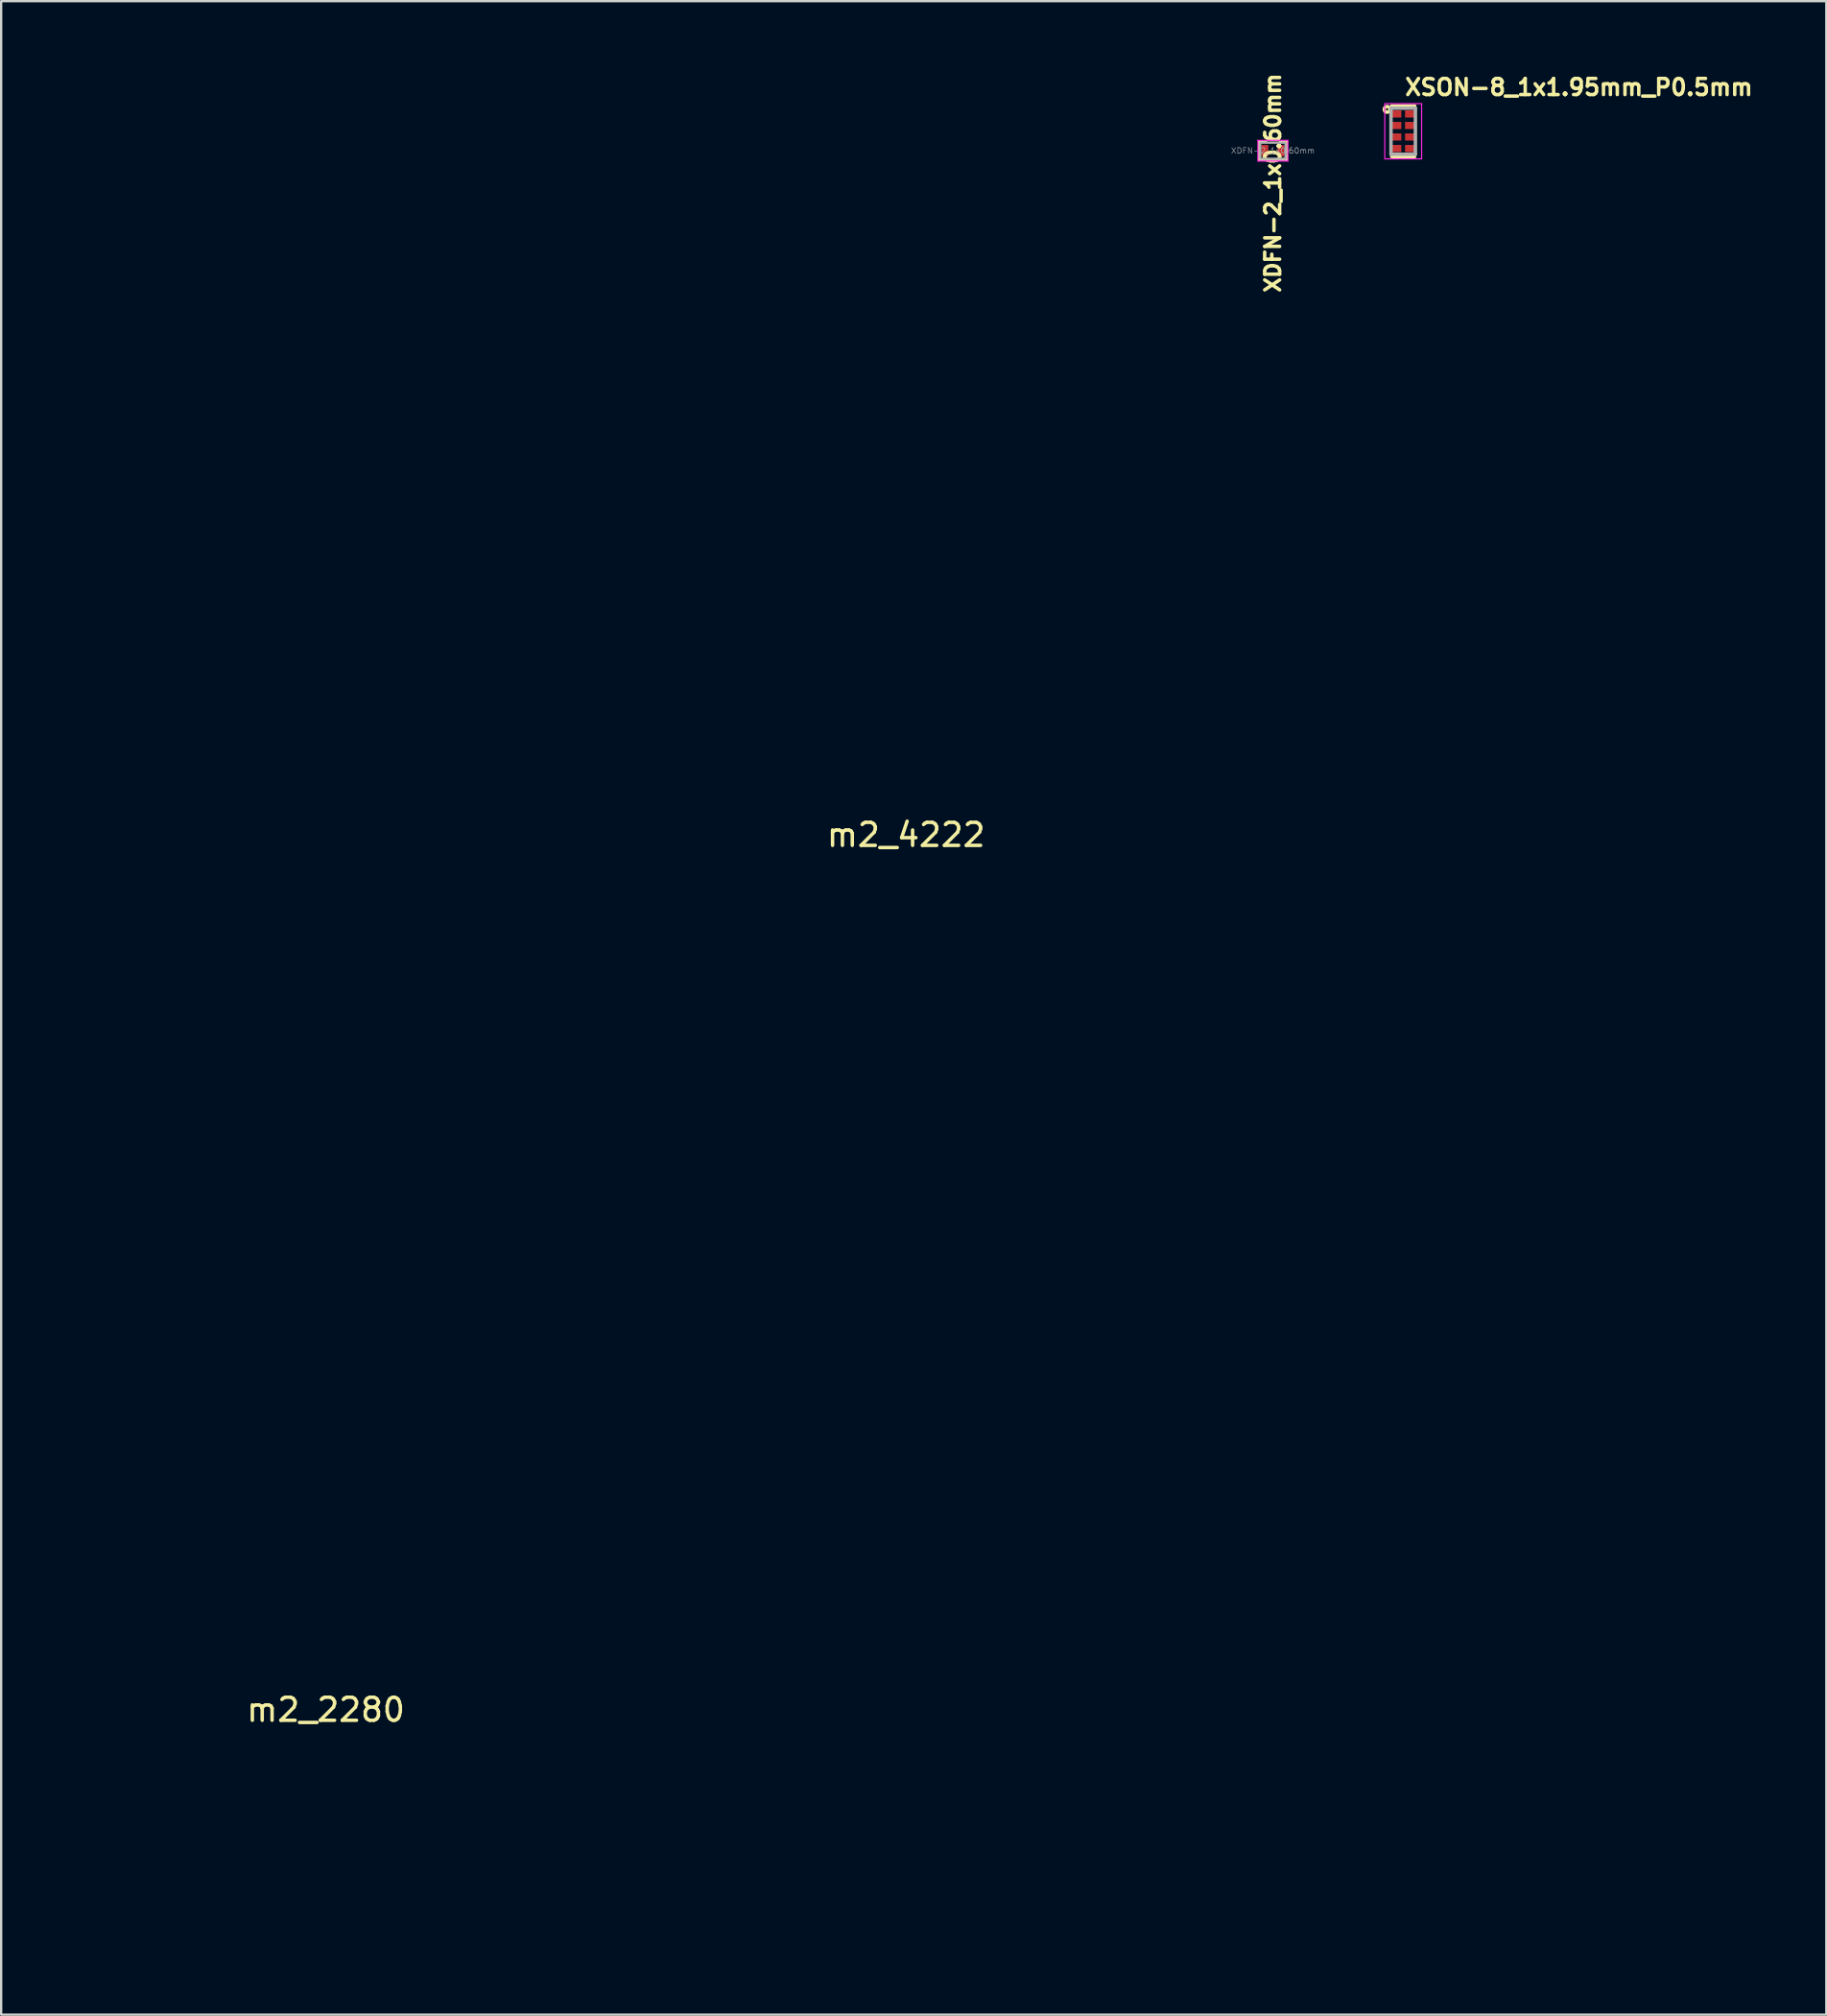
<source format=kicad_pcb>
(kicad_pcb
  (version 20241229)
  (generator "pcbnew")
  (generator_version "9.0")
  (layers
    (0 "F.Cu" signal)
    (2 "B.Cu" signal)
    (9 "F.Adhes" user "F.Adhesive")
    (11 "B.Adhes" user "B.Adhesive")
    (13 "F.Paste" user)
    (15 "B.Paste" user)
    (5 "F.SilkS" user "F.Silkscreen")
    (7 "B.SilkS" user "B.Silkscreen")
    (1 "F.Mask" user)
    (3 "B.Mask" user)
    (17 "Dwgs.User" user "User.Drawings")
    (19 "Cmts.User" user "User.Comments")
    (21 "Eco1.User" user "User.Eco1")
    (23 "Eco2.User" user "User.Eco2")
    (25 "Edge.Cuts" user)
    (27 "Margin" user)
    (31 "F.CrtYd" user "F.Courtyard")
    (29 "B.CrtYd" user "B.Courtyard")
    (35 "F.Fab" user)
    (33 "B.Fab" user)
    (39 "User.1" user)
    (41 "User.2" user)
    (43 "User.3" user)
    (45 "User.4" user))
  (footprint "XSON-8_1x1.95mm_P0.5mm"
    (layer "F.Cu")
    (at 57.893 2.65)
    (property "Reference" "XSON-8_1x1.95mm_P0.5mm" (at 0 -1.5 0) (layer "F.SilkS") (effects (font (size 0.7 0.7) (thickness 0.15)) (justify left bottom)))
    (attr smd)
    (fp_line (start -0.5 -1.1) (end 0.5 -1.1) (stroke (width 0.15) (type solid)) (layer "F.SilkS"))
    (fp_line (start 0.5 1.1) (end -0.5 1.1) (stroke (width 0.15) (type solid)) (layer "F.SilkS"))
    (fp_circle (center -0.7 -0.95) (end -0.651 -0.95) (stroke (width 0.15) (type solid)) (fill no) (layer "F.SilkS"))
    (fp_rect (start -0.8 -1.2) (end 0.8 1.2) (stroke (width 0.05) (type solid)) (fill no) (layer "F.CrtYd"))
    (fp_line (start -0.53 -1.001) (end 0.53 -1.001) (stroke (width 0.15) (type solid)) (layer "F.Fab"))
    (fp_line (start -0.53 1) (end -0.53 -1.001) (stroke (width 0.15) (type solid)) (layer "F.Fab"))
    (fp_line (start 0.53 -1.001) (end 0.53 1) (stroke (width 0.15) (type solid)) (layer "F.Fab"))
    (fp_line (start 0.53 1) (end -0.53 1) (stroke (width 0.15) (type solid)) (layer "F.Fab"))
    (fp_rect (start -0.527 -1) (end 0.524 0.998) (stroke (width 0.1) (type solid)) (fill no) (layer "User.5"))
    (fp_line (start -0.527 -1) (end -0.527 0.998) (stroke (width 0.02) (type solid)) (layer "User.9"))
    (fp_line (start -0.527 0.998) (end 0.524 0.998) (stroke (width 0.02) (type solid)) (layer "User.9"))
    (fp_line (start 0.524 -1) (end -0.527 -1) (stroke (width 0.02) (type solid)) (layer "User.9"))
    (fp_line (start 0.524 0.998) (end 0.524 -1) (stroke (width 0.02) (type solid)) (layer "User.9"))
    (pad "1" smd rect (at -0.33 -0.75) (size 0.5 0.31) (layers "F.Cu" "F.Mask" "F.Paste"))
    (pad "2" smd rect (at -0.33 -0.25) (size 0.5 0.31) (layers "F.Cu" "F.Mask" "F.Paste"))
    (pad "3" smd rect (at -0.33 0.25) (size 0.5 0.31) (layers "F.Cu" "F.Mask" "F.Paste"))
    (pad "4" smd rect (at -0.33 0.75) (size 0.5 0.31) (layers "F.Cu" "F.Mask" "F.Paste"))
    (pad "5" smd rect (at 0.33 0.75 180) (size 0.5 0.31) (layers "F.Cu" "F.Mask" "F.Paste"))
    (pad "6" smd rect (at 0.33 0.25 180) (size 0.5 0.31) (layers "F.Cu" "F.Mask" "F.Paste"))
    (pad "7" smd rect (at 0.33 -0.25 180) (size 0.5 0.31) (layers "F.Cu" "F.Mask" "F.Paste"))
    (pad "8" smd rect (at 0.33 -0.75 180) (size 0.5 0.31) (layers "F.Cu" "F.Mask" "F.Paste")))
  (footprint "m2_4222"
    (layer "F.Cu")
    (at 36.3 42.1)
    (property "Reference" "m2_4222" (at 0 -8.89 0) (layer "F.SilkS") (effects (font (size 1 1) (thickness 0.15))))
    (attr exclude_from_pos_files exclude_from_bom)
    (fp_line (start -11 -42) (end -11 0) (stroke (width 0.2) (type solid)) (layer "Eco1.User"))
    (fp_line (start -11 0) (end 11 0) (stroke (width 0.2) (type solid)) (layer "Eco1.User"))
    (fp_line (start 11 -42) (end -11 -42) (stroke (width 0.2) (type solid)) (layer "Eco1.User"))
    (fp_line (start 11 0) (end 11 -42) (stroke (width 0.2) (type solid)) (layer "Eco1.User"))
    (fp_circle (center 0 0) (end 1.25 0) (stroke (width 0.2) (type solid)) (fill no) (layer "Eco1.User")))
  (footprint "m2_2280"
    (layer "F.Cu")
    (at 11.1 80.1)
    (property "Reference" "m2_2280" (at 0 -8.89 0) (layer "F.SilkS") (effects (font (size 1 1) (thickness 0.15))))
    (attr exclude_from_pos_files exclude_from_bom)
    (fp_line (start -11 -80) (end -11 0) (stroke (width 0.2) (type solid)) (layer "Eco1.User"))
    (fp_line (start -11 0) (end 11 0) (stroke (width 0.2) (type solid)) (layer "Eco1.User"))
    (fp_line (start 11 -80) (end -11 -80) (stroke (width 0.2) (type solid)) (layer "Eco1.User"))
    (fp_line (start 11 0) (end 11 -80) (stroke (width 0.2) (type solid)) (layer "Eco1.User"))
    (fp_circle (center 0 0) (end 1.25 0) (stroke (width 0.2) (type solid)) (fill no) (layer "Eco1.User")))
  (footprint "XDFN-2_1x0.60mm"
    (layer "F.Cu")
    (at 52.234 3.496)
    (property "Reference" "XDFN-2_1x0.60mm" (at 0 1.4 90) (layer "F.SilkS") (effects (font (size 0.65 0.65) (thickness 0.15))))
    (attr smd)
    (fp_line (start -0.6 -0.4) (end -0.6 0.4) (stroke (width 0.1) (type solid)) (layer "F.SilkS"))
    (fp_line (start -0.6 0.4) (end -0.3 0.4) (stroke (width 0.1) (type solid)) (layer "F.SilkS"))
    (fp_line (start -0.3 -0.4) (end -0.6 -0.4) (stroke (width 0.1) (type solid)) (layer "F.SilkS"))
    (fp_line (start 0.3 -0.4) (end 0.6 -0.4) (stroke (width 0.1) (type solid)) (layer "F.SilkS"))
    (fp_line (start 0.6 -0.4) (end 0.6 0.4) (stroke (width 0.1) (type solid)) (layer "F.SilkS"))
    (fp_line (start 0.6 0.4) (end 0.3 0.4) (stroke (width 0.1) (type solid)) (layer "F.SilkS"))
    (fp_line (start -0.65 -0.45) (end 0.65 -0.45) (stroke (width 0.05) (type solid)) (layer "F.CrtYd"))
    (fp_line (start -0.65 0.45) (end -0.65 -0.45) (stroke (width 0.05) (type solid)) (layer "F.CrtYd"))
    (fp_line (start -0.65 0.45) (end 0.65 0.45) (stroke (width 0.05) (type solid)) (layer "F.CrtYd"))
    (fp_line (start 0.65 0.45) (end 0.65 -0.45) (stroke (width 0.05) (type solid)) (layer "F.CrtYd"))
    (fp_rect (start -0.55 -0.35) (end 0.55 0.35) (stroke (width 0.1) (type solid)) (fill no) (layer "F.Fab"))
    (fp_text user "${REFERENCE}" (at 0 0 0) (layer "F.Fab") (effects (font (size 0.25 0.25) (thickness 0.025))))
    (pad "1" smd rect (at -0.35 0) (size 0.3 0.5) (layers "F.Cu" "F.Mask" "F.Paste"))
    (pad "2" smd rect (at 0.35 0) (size 0.3 0.5) (layers "F.Cu" "F.Mask" "F.Paste")))
  (gr_rect
    (start -3 -3)
    (end 76.27 84.45)
    (stroke (width 0.1) (type default))
    (fill no)
    (layer "Edge.Cuts")))
</source>
